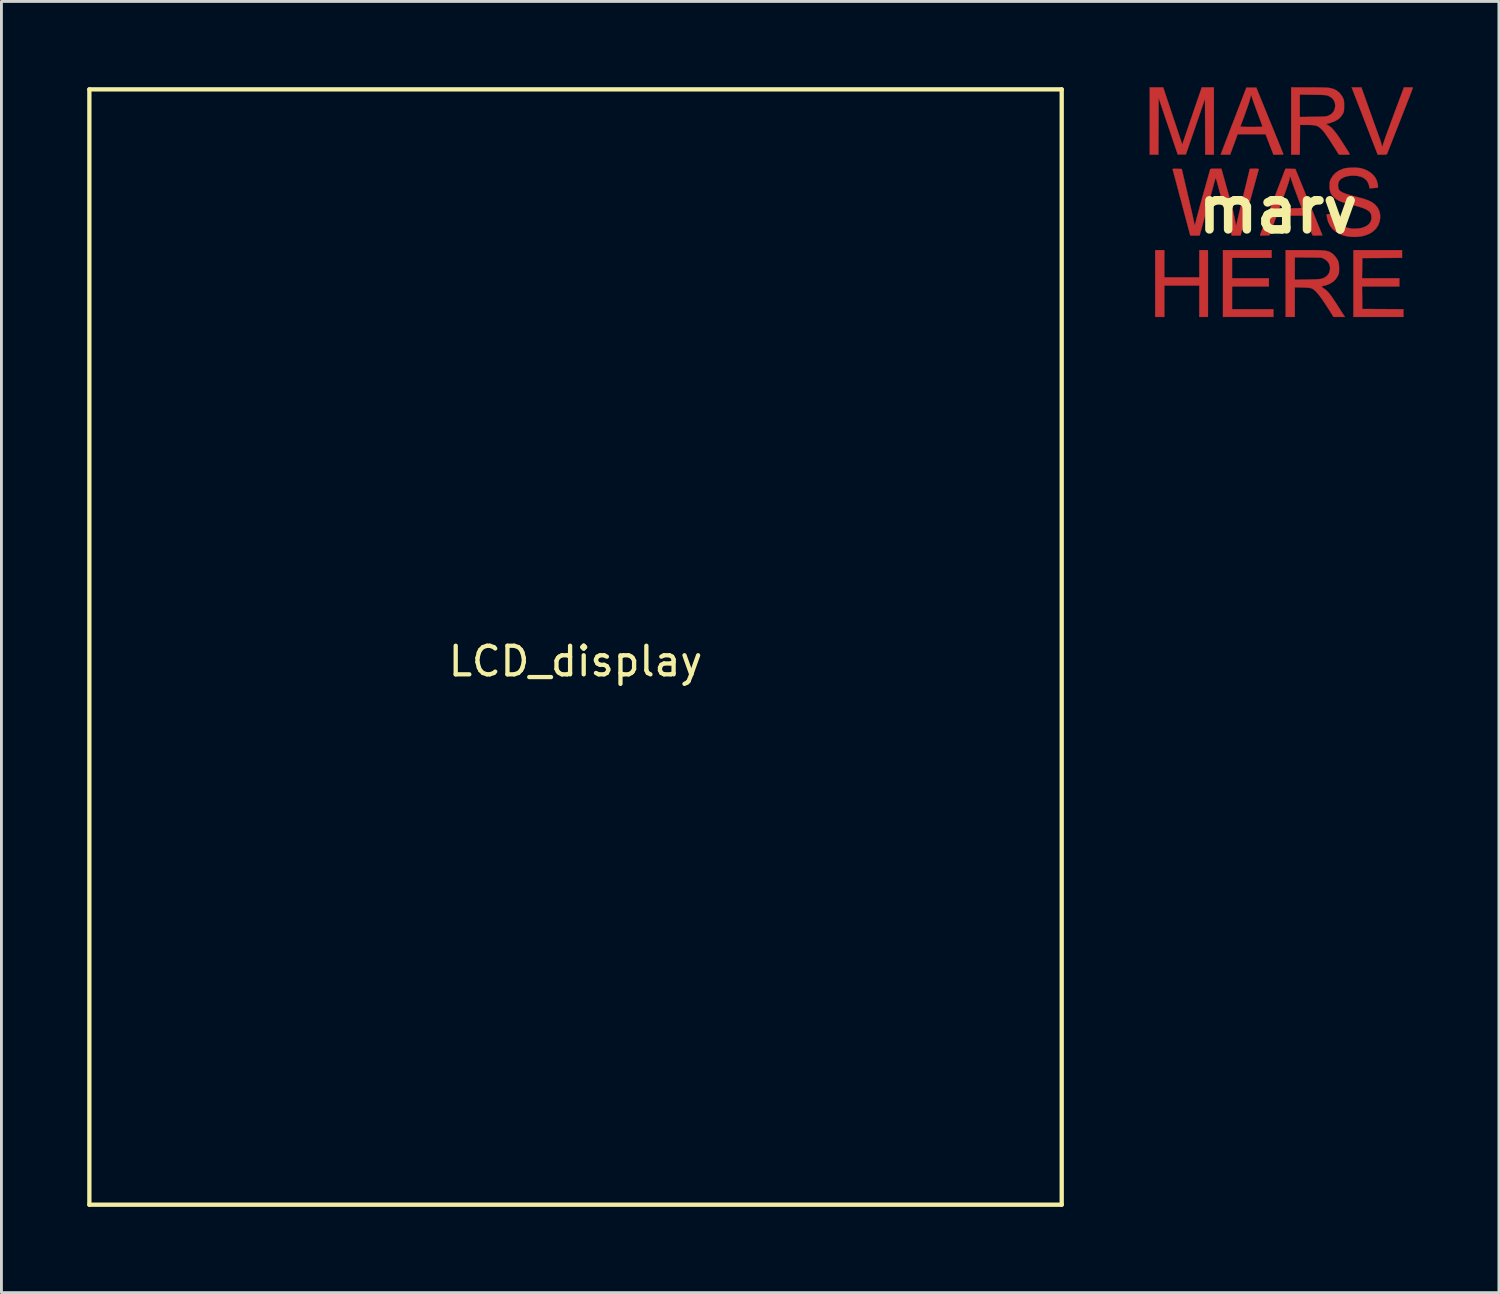
<source format=kicad_pcb>
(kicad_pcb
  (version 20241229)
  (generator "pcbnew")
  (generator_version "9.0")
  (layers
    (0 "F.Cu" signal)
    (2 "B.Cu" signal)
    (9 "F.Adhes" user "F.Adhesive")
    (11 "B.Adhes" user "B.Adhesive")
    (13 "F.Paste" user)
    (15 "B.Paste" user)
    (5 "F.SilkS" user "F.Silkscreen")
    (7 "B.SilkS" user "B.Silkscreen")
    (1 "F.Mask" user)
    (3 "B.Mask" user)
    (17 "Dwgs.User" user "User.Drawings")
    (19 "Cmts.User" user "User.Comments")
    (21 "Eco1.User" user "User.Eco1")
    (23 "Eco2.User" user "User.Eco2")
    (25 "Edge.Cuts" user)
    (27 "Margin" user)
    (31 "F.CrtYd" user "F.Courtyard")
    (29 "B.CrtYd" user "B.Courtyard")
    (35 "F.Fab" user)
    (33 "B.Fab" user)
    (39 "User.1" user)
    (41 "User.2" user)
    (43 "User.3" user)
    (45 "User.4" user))
  (footprint "LCD_display"
    (layer "F.Cu")
    (at 17.075 19.575)
    (property "Reference" "LCD_display" (at 0 0.5 0) (layer "F.SilkS") (effects (font (size 1 1) (thickness 0.15))))
    (attr through_hole)
    (fp_line (start -17 -19.5) (end -17 19.5) (stroke (width 0.15) (type solid)) (layer "F.SilkS"))
    (fp_line (start -17 -19.5) (end 17 -19.5) (stroke (width 0.15) (type solid)) (layer "F.SilkS"))
    (fp_line (start 17 19.5) (end -17 19.5) (stroke (width 0.15) (type solid)) (layer "F.SilkS"))
    (fp_line (start 17 19.5) (end 17 -19.5) (stroke (width 0.15) (type solid)) (layer "F.SilkS")))
  (footprint "marv"
    (layer "F.Cu")
    (at 41.637 4.281)
    (property "Reference" "marv" (at 0 0 0) (layer "F.SilkS") (effects (font (size 1.524 1.524) (thickness 0.3))))
    (attr through_hole)
    (fp_poly (pts (xy -3.974 2.368) (xy -2.75 2.368) (xy -2.75 1.415) (xy -2.448 1.415) (xy -2.448 3.751) (xy -2.75 3.751) (xy -2.75 2.654) (xy -3.974 2.654) (xy -3.974 3.751) (xy -4.292 3.751) (xy -4.292 1.415) (xy -3.974 1.415) (xy -3.974 2.368)) (stroke (width 0.01) (type solid)) (fill yes) (layer "F.Cu"))
    (fp_poly (pts (xy -0.223 1.685) (xy -1.605 1.685) (xy -1.605 2.4) (xy -0.318 2.4) (xy -0.318 2.686) (xy -1.605 2.686) (xy -1.605 3.481) (xy -0.159 3.481) (xy -0.159 3.751) (xy -1.923 3.751) (xy -1.923 1.415) (xy -0.223 1.415) (xy -0.223 1.685)) (stroke (width 0.01) (type solid)) (fill yes) (layer "F.Cu"))
    (fp_poly (pts (xy 4.339 1.685) (xy 3.644 1.689) (xy 2.948 1.693) (xy 2.944 2.046) (xy 2.94 2.4) (xy 4.244 2.4) (xy 4.244 2.686) (xy 2.94 2.686) (xy 2.948 3.473) (xy 4.387 3.481) (xy 4.387 3.751) (xy 2.639 3.751) (xy 2.639 1.415) (xy 4.339 1.415) (xy 4.339 1.685)) (stroke (width 0.01) (type solid)) (fill yes) (layer "F.Cu"))
    (fp_poly (pts (xy -2.241 -1.923) (xy -2.543 -1.923) (xy -2.551 -3.878) (xy -2.886 -2.905) (xy -3.221 -1.931) (xy -3.505 -1.931) (xy -3.839 -2.92) (xy -4.172 -3.908) (xy -4.181 -1.923) (xy -4.482 -1.923) (xy -4.482 -4.276) (xy -4.248 -4.276) (xy -4.013 -4.276) (xy -3.68 -3.276) (xy -3.346 -2.277) (xy -3.162 -2.819) (xy -3.11 -2.972) (xy -3.053 -3.139) (xy -2.994 -3.312) (xy -2.936 -3.482) (xy -2.881 -3.642) (xy -2.833 -3.783) (xy -2.821 -3.819) (xy -2.663 -4.276) (xy -2.241 -4.276) (xy -2.241 -1.923)) (stroke (width 0.01) (type solid)) (fill yes) (layer "F.Cu"))
    (fp_poly (pts (xy 4.63 -4.275) (xy 4.682 -4.273) (xy 4.714 -4.271) (xy 4.721 -4.269) (xy 4.715 -4.253) (xy 4.699 -4.211) (xy 4.673 -4.144) (xy 4.639 -4.056) (xy 4.598 -3.949) (xy 4.55 -3.827) (xy 4.497 -3.691) (xy 4.44 -3.545) (xy 4.38 -3.391) (xy 4.318 -3.233) (xy 4.255 -3.072) (xy 4.192 -2.912) (xy 4.131 -2.756) (xy 4.072 -2.606) (xy 4.016 -2.464) (xy 3.965 -2.334) (xy 3.92 -2.219) (xy 3.881 -2.12) (xy 3.85 -2.042) (xy 3.827 -1.986) (xy 3.815 -1.956) (xy 3.813 -1.951) (xy 3.801 -1.938) (xy 3.779 -1.93) (xy 3.741 -1.925) (xy 3.68 -1.923) (xy 3.643 -1.923) (xy 3.488 -1.923) (xy 3.052 -3.048) (xy 2.982 -3.229) (xy 2.915 -3.403) (xy 2.852 -3.566) (xy 2.793 -3.717) (xy 2.74 -3.853) (xy 2.694 -3.971) (xy 2.656 -4.07) (xy 2.626 -4.147) (xy 2.606 -4.199) (xy 2.596 -4.223) (xy 2.596 -4.224) (xy 2.575 -4.276) (xy 2.746 -4.276) (xy 2.917 -4.276) (xy 3.202 -3.477) (xy 3.258 -3.32) (xy 3.312 -3.168) (xy 3.363 -3.025) (xy 3.411 -2.893) (xy 3.453 -2.776) (xy 3.488 -2.679) (xy 3.516 -2.603) (xy 3.535 -2.552) (xy 3.538 -2.542) (xy 3.566 -2.465) (xy 3.593 -2.382) (xy 3.615 -2.31) (xy 3.618 -2.298) (xy 3.645 -2.189) (xy 3.703 -2.37) (xy 3.72 -2.419) (xy 3.746 -2.494) (xy 3.781 -2.592) (xy 3.824 -2.71) (xy 3.873 -2.844) (xy 3.927 -2.991) (xy 3.985 -3.147) (xy 4.045 -3.309) (xy 4.084 -3.413) (xy 4.406 -4.276) (xy 4.564 -4.276) (xy 4.63 -4.275)) (stroke (width 0.01) (type solid)) (fill yes) (layer "F.Cu"))
    (fp_poly (pts (xy 0.436 -1.427) (xy 0.609 -1.423) (xy 1.555 0.898) (xy 1.395 0.903) (xy 1.325 0.904) (xy 1.267 0.904) (xy 1.228 0.902) (xy 1.216 0.9) (xy 1.206 0.884) (xy 1.186 0.843) (xy 1.159 0.78) (xy 1.125 0.7) (xy 1.088 0.607) (xy 1.066 0.55) (xy 0.933 0.207) (xy -0.045 0.207) (xy -0.07 0.274) (xy -0.084 0.311) (xy -0.106 0.371) (xy -0.135 0.449) (xy -0.167 0.538) (xy -0.197 0.62) (xy -0.298 0.898) (xy -0.467 0.903) (xy -0.541 0.904) (xy -0.589 0.904) (xy -0.616 0.901) (xy -0.626 0.894) (xy -0.625 0.882) (xy -0.624 0.877) (xy -0.616 0.858) (xy -0.598 0.811) (xy -0.571 0.74) (xy -0.535 0.645) (xy -0.491 0.531) (xy -0.44 0.398) (xy -0.383 0.25) (xy -0.321 0.089) (xy -0.266 -0.053) (xy 0.048 -0.053) (xy 0.063 -0.052) (xy 0.106 -0.05) (xy 0.171 -0.049) (xy 0.256 -0.048) (xy 0.355 -0.048) (xy 0.437 -0.048) (xy 0.545 -0.048) (xy 0.641 -0.05) (xy 0.721 -0.052) (xy 0.782 -0.055) (xy 0.818 -0.058) (xy 0.827 -0.061) (xy 0.821 -0.079) (xy 0.806 -0.123) (xy 0.782 -0.188) (xy 0.751 -0.272) (xy 0.714 -0.371) (xy 0.673 -0.48) (xy 0.66 -0.515) (xy 0.616 -0.633) (xy 0.574 -0.745) (xy 0.537 -0.849) (xy 0.505 -0.938) (xy 0.481 -1.007) (xy 0.467 -1.053) (xy 0.466 -1.058) (xy 0.448 -1.115) (xy 0.432 -1.151) (xy 0.42 -1.161) (xy 0.414 -1.145) (xy 0.413 -1.131) (xy 0.407 -1.091) (xy 0.391 -1.024) (xy 0.364 -0.934) (xy 0.328 -0.825) (xy 0.285 -0.698) (xy 0.235 -0.557) (xy 0.185 -0.423) (xy 0.147 -0.322) (xy 0.113 -0.231) (xy 0.085 -0.155) (xy 0.063 -0.097) (xy 0.051 -0.062) (xy 0.048 -0.053) (xy -0.266 -0.053) (xy -0.255 -0.083) (xy -0.185 -0.264) (xy -0.175 -0.292) (xy 0.262 -1.431) (xy 0.436 -1.427)) (stroke (width 0.01) (type solid)) (fill yes) (layer "F.Cu"))
    (fp_poly (pts (xy 0.918 1.415) (xy 1.1 1.415) (xy 1.254 1.416) (xy 1.382 1.419) (xy 1.488 1.422) (xy 1.574 1.427) (xy 1.644 1.434) (xy 1.702 1.444) (xy 1.749 1.455) (xy 1.79 1.47) (xy 1.827 1.487) (xy 1.852 1.501) (xy 1.931 1.561) (xy 2.006 1.64) (xy 2.068 1.729) (xy 2.1 1.793) (xy 2.118 1.846) (xy 2.129 1.9) (xy 2.135 1.966) (xy 2.137 2.05) (xy 2.137 2.129) (xy 2.133 2.186) (xy 2.125 2.23) (xy 2.111 2.272) (xy 2.092 2.317) (xy 2.026 2.422) (xy 1.935 2.513) (xy 1.823 2.586) (xy 1.693 2.639) (xy 1.637 2.654) (xy 1.585 2.667) (xy 1.543 2.677) (xy 1.527 2.681) (xy 1.525 2.692) (xy 1.549 2.716) (xy 1.583 2.741) (xy 1.638 2.78) (xy 1.689 2.821) (xy 1.737 2.867) (xy 1.786 2.922) (xy 1.839 2.988) (xy 1.898 3.07) (xy 1.966 3.171) (xy 2.047 3.294) (xy 2.09 3.362) (xy 2.149 3.453) (xy 2.203 3.538) (xy 2.25 3.611) (xy 2.286 3.668) (xy 2.31 3.705) (xy 2.317 3.715) (xy 2.34 3.751) (xy 1.943 3.751) (xy 1.851 3.604) (xy 1.737 3.425) (xy 1.638 3.272) (xy 1.55 3.143) (xy 1.472 3.036) (xy 1.404 2.948) (xy 1.343 2.879) (xy 1.288 2.825) (xy 1.238 2.786) (xy 1.189 2.758) (xy 1.181 2.754) (xy 1.146 2.743) (xy 1.098 2.735) (xy 1.03 2.729) (xy 0.939 2.724) (xy 0.854 2.721) (xy 0.588 2.714) (xy 0.588 3.751) (xy 0.27 3.751) (xy 0.27 2.452) (xy 0.588 2.452) (xy 1.029 2.444) (xy 1.169 2.441) (xy 1.281 2.438) (xy 1.37 2.434) (xy 1.438 2.429) (xy 1.49 2.423) (xy 1.529 2.416) (xy 1.554 2.409) (xy 1.651 2.364) (xy 1.727 2.301) (xy 1.781 2.223) (xy 1.813 2.137) (xy 1.823 2.046) (xy 1.811 1.955) (xy 1.775 1.869) (xy 1.716 1.793) (xy 1.633 1.732) (xy 1.608 1.719) (xy 1.518 1.677) (xy 1.053 1.672) (xy 0.588 1.667) (xy 0.588 2.452) (xy 0.27 2.452) (xy 0.27 1.415) (xy 0.918 1.415)) (stroke (width 0.01) (type solid)) (fill yes) (layer "F.Cu"))
    (fp_poly (pts (xy -0.292 -3.123) (xy -0.218 -2.942) (xy -0.147 -2.769) (xy -0.081 -2.606) (xy -0.02 -2.456) (xy 0.035 -2.321) (xy 0.083 -2.203) (xy 0.122 -2.105) (xy 0.153 -2.029) (xy 0.174 -1.978) (xy 0.183 -1.953) (xy 0.184 -1.951) (xy 0.185 -1.939) (xy 0.176 -1.931) (xy 0.152 -1.926) (xy 0.108 -1.924) (xy 0.038 -1.923) (xy 0.018 -1.923) (xy -0.157 -1.923) (xy -0.238 -2.131) (xy -0.274 -2.224) (xy -0.312 -2.322) (xy -0.348 -2.415) (xy -0.376 -2.489) (xy -0.433 -2.639) (xy -1.411 -2.639) (xy -1.485 -2.436) (xy -1.519 -2.342) (xy -1.556 -2.242) (xy -1.59 -2.148) (xy -1.616 -2.078) (xy -1.672 -1.923) (xy -1.838 -1.923) (xy -1.906 -1.924) (xy -1.96 -1.925) (xy -1.994 -1.926) (xy -2.002 -1.927) (xy -1.997 -1.942) (xy -1.981 -1.985) (xy -1.955 -2.053) (xy -1.92 -2.143) (xy -1.878 -2.254) (xy -1.828 -2.384) (xy -1.772 -2.53) (xy -1.711 -2.69) (xy -1.645 -2.862) (xy -1.625 -2.912) (xy -1.313 -2.912) (xy -1.308 -2.905) (xy -1.293 -2.901) (xy -1.263 -2.897) (xy -1.217 -2.895) (xy -1.149 -2.894) (xy -1.057 -2.893) (xy -0.937 -2.893) (xy -0.93 -2.893) (xy -0.808 -2.893) (xy -0.714 -2.894) (xy -0.645 -2.895) (xy -0.597 -2.897) (xy -0.567 -2.9) (xy -0.55 -2.905) (xy -0.544 -2.912) (xy -0.544 -2.921) (xy -0.544 -2.921) (xy -0.552 -2.942) (xy -0.569 -2.989) (xy -0.594 -3.059) (xy -0.626 -3.146) (xy -0.664 -3.247) (xy -0.706 -3.358) (xy -0.719 -3.394) (xy -0.763 -3.51) (xy -0.803 -3.621) (xy -0.839 -3.722) (xy -0.87 -3.808) (xy -0.892 -3.874) (xy -0.906 -3.916) (xy -0.907 -3.922) (xy -0.92 -3.968) (xy -0.932 -3.999) (xy -0.937 -4.006) (xy -0.944 -3.991) (xy -0.956 -3.953) (xy -0.97 -3.898) (xy -0.975 -3.874) (xy -0.987 -3.829) (xy -1.009 -3.76) (xy -1.039 -3.67) (xy -1.075 -3.565) (xy -1.115 -3.45) (xy -1.158 -3.33) (xy -1.202 -3.209) (xy -1.245 -3.093) (xy -1.286 -2.986) (xy -1.312 -2.921) (xy -1.313 -2.912) (xy -1.625 -2.912) (xy -1.575 -3.042) (xy -1.553 -3.099) (xy -1.104 -4.268) (xy -0.758 -4.268) (xy -0.292 -3.123)) (stroke (width 0.01) (type solid)) (fill yes) (layer "F.Cu"))
    (fp_poly (pts (xy 1.069 -4.275) (xy 1.21 -4.275) (xy 1.345 -4.274) (xy 1.471 -4.272) (xy 1.582 -4.269) (xy 1.674 -4.266) (xy 1.744 -4.263) (xy 1.786 -4.259) (xy 1.787 -4.259) (xy 1.929 -4.225) (xy 2.053 -4.165) (xy 2.156 -4.081) (xy 2.238 -3.974) (xy 2.27 -3.914) (xy 2.289 -3.871) (xy 2.301 -3.833) (xy 2.308 -3.791) (xy 2.312 -3.736) (xy 2.313 -3.66) (xy 2.313 -3.632) (xy 2.312 -3.548) (xy 2.309 -3.487) (xy 2.303 -3.442) (xy 2.293 -3.406) (xy 2.277 -3.369) (xy 2.274 -3.362) (xy 2.207 -3.257) (xy 2.116 -3.17) (xy 2.001 -3.099) (xy 1.859 -3.043) (xy 1.806 -3.027) (xy 1.68 -2.994) (xy 1.756 -2.949) (xy 1.814 -2.911) (xy 1.872 -2.861) (xy 1.934 -2.798) (xy 2 -2.718) (xy 2.074 -2.619) (xy 2.158 -2.498) (xy 2.254 -2.351) (xy 2.26 -2.342) (xy 2.322 -2.245) (xy 2.379 -2.155) (xy 2.428 -2.078) (xy 2.467 -2.015) (xy 2.493 -1.972) (xy 2.504 -1.951) (xy 2.504 -1.951) (xy 2.506 -1.939) (xy 2.499 -1.931) (xy 2.476 -1.927) (xy 2.434 -1.924) (xy 2.368 -1.923) (xy 2.324 -1.923) (xy 2.133 -1.923) (xy 1.913 -2.269) (xy 1.823 -2.409) (xy 1.747 -2.524) (xy 1.682 -2.618) (xy 1.627 -2.694) (xy 1.578 -2.755) (xy 1.533 -2.804) (xy 1.49 -2.844) (xy 1.466 -2.864) (xy 1.417 -2.899) (xy 1.367 -2.925) (xy 1.309 -2.943) (xy 1.238 -2.954) (xy 1.148 -2.961) (xy 1.033 -2.963) (xy 1.01 -2.963) (xy 0.771 -2.964) (xy 0.767 -2.444) (xy 0.763 -1.923) (xy 0.461 -1.923) (xy 0.461 -3.24) (xy 0.763 -3.24) (xy 1.22 -3.246) (xy 1.354 -3.248) (xy 1.46 -3.25) (xy 1.543 -3.252) (xy 1.606 -3.255) (xy 1.654 -3.26) (xy 1.691 -3.265) (xy 1.722 -3.272) (xy 1.75 -3.281) (xy 1.768 -3.288) (xy 1.863 -3.341) (xy 1.935 -3.415) (xy 1.982 -3.507) (xy 2.002 -3.616) (xy 2.003 -3.646) (xy 1.988 -3.748) (xy 1.945 -3.838) (xy 1.876 -3.913) (xy 1.784 -3.969) (xy 1.767 -3.976) (xy 1.739 -3.987) (xy 1.711 -3.995) (xy 1.679 -4.002) (xy 1.639 -4.006) (xy 1.586 -4.01) (xy 1.516 -4.013) (xy 1.426 -4.015) (xy 1.311 -4.017) (xy 1.22 -4.018) (xy 0.763 -4.024) (xy 0.763 -3.24) (xy 0.461 -3.24) (xy 0.461 -4.276) (xy 1.069 -4.275)) (stroke (width 0.01) (type solid)) (fill yes) (layer "F.Cu"))
    (fp_poly (pts (xy 2.713 -1.467) (xy 2.815 -1.46) (xy 2.898 -1.449) (xy 2.901 -1.448) (xy 3.028 -1.41) (xy 3.15 -1.352) (xy 3.258 -1.279) (xy 3.348 -1.195) (xy 3.413 -1.105) (xy 3.418 -1.095) (xy 3.453 -1.015) (xy 3.479 -0.928) (xy 3.495 -0.848) (xy 3.497 -0.815) (xy 3.493 -0.779) (xy 3.478 -0.765) (xy 3.453 -0.763) (xy 3.415 -0.761) (xy 3.358 -0.757) (xy 3.302 -0.753) (xy 3.245 -0.748) (xy 3.213 -0.748) (xy 3.199 -0.755) (xy 3.195 -0.771) (xy 3.195 -0.782) (xy 3.184 -0.849) (xy 3.156 -0.925) (xy 3.116 -0.997) (xy 3.092 -1.029) (xy 3.013 -1.098) (xy 2.911 -1.148) (xy 2.787 -1.179) (xy 2.678 -1.189) (xy 2.531 -1.186) (xy 2.401 -1.165) (xy 2.291 -1.127) (xy 2.202 -1.073) (xy 2.139 -1.003) (xy 2.133 -0.993) (xy 2.109 -0.927) (xy 2.1 -0.849) (xy 2.107 -0.77) (xy 2.129 -0.704) (xy 2.139 -0.688) (xy 2.174 -0.652) (xy 2.226 -0.617) (xy 2.299 -0.583) (xy 2.395 -0.547) (xy 2.516 -0.509) (xy 2.665 -0.469) (xy 2.726 -0.453) (xy 2.887 -0.411) (xy 3.021 -0.372) (xy 3.131 -0.333) (xy 3.222 -0.294) (xy 3.297 -0.252) (xy 3.361 -0.206) (xy 3.408 -0.164) (xy 3.49 -0.062) (xy 3.545 0.054) (xy 3.572 0.182) (xy 3.571 0.318) (xy 3.554 0.413) (xy 3.505 0.544) (xy 3.43 0.659) (xy 3.331 0.757) (xy 3.21 0.836) (xy 3.068 0.895) (xy 2.909 0.935) (xy 2.733 0.953) (xy 2.543 0.948) (xy 2.48 0.942) (xy 2.311 0.91) (xy 2.158 0.853) (xy 2.024 0.775) (xy 1.911 0.677) (xy 1.821 0.56) (xy 1.755 0.428) (xy 1.717 0.284) (xy 1.709 0.23) (xy 1.703 0.19) (xy 1.701 0.172) (xy 1.715 0.165) (xy 1.753 0.158) (xy 1.807 0.152) (xy 1.808 0.152) (xy 1.87 0.146) (xy 1.925 0.14) (xy 1.957 0.135) (xy 1.983 0.134) (xy 1.997 0.146) (xy 2.005 0.179) (xy 2.008 0.2) (xy 2.04 0.319) (xy 2.098 0.422) (xy 2.18 0.51) (xy 2.286 0.579) (xy 2.411 0.629) (xy 2.556 0.659) (xy 2.694 0.667) (xy 2.84 0.657) (xy 2.968 0.629) (xy 3.076 0.583) (xy 3.163 0.522) (xy 3.226 0.447) (xy 3.263 0.36) (xy 3.273 0.263) (xy 3.258 0.173) (xy 3.235 0.118) (xy 3.196 0.068) (xy 3.139 0.023) (xy 3.061 -0.02) (xy 2.961 -0.061) (xy 2.834 -0.102) (xy 2.679 -0.144) (xy 2.614 -0.16) (xy 2.456 -0.2) (xy 2.325 -0.238) (xy 2.217 -0.275) (xy 2.128 -0.315) (xy 2.053 -0.358) (xy 1.988 -0.407) (xy 1.936 -0.456) (xy 1.875 -0.53) (xy 1.834 -0.61) (xy 1.812 -0.702) (xy 1.804 -0.815) (xy 1.804 -0.827) (xy 1.806 -0.904) (xy 1.811 -0.961) (xy 1.822 -1.007) (xy 1.841 -1.055) (xy 1.847 -1.068) (xy 1.919 -1.186) (xy 2.016 -1.286) (xy 2.136 -1.368) (xy 2.276 -1.427) (xy 2.322 -1.441) (xy 2.398 -1.455) (xy 2.495 -1.464) (xy 2.603 -1.468) (xy 2.713 -1.467)) (stroke (width 0.01) (type solid)) (fill yes) (layer "F.Cu"))
    (fp_poly (pts (xy -1.784 -0.735) (xy -1.726 -0.528) (xy -1.677 -0.349) (xy -1.635 -0.194) (xy -1.6 -0.061) (xy -1.571 0.054) (xy -1.547 0.154) (xy -1.527 0.241) (xy -1.511 0.319) (xy -1.498 0.391) (xy -1.492 0.434) (xy -1.482 0.489) (xy -1.472 0.529) (xy -1.464 0.545) (xy -1.462 0.545) (xy -1.454 0.524) (xy -1.443 0.481) (xy -1.429 0.422) (xy -1.424 0.397) (xy -1.415 0.356) (xy -1.399 0.287) (xy -1.377 0.194) (xy -1.35 0.081) (xy -1.319 -0.049) (xy -1.284 -0.194) (xy -1.247 -0.348) (xy -1.208 -0.509) (xy -1.191 -0.578) (xy -1.152 -0.736) (xy -1.116 -0.884) (xy -1.083 -1.021) (xy -1.053 -1.142) (xy -1.028 -1.245) (xy -1.008 -1.327) (xy -0.994 -1.386) (xy -0.987 -1.419) (xy -0.985 -1.424) (xy -0.971 -1.427) (xy -0.931 -1.429) (xy -0.873 -1.43) (xy -0.825 -1.431) (xy -0.749 -1.43) (xy -0.7 -1.426) (xy -0.676 -1.42) (xy -0.671 -1.411) (xy -0.676 -1.392) (xy -0.689 -1.346) (xy -0.71 -1.274) (xy -0.736 -1.178) (xy -0.768 -1.062) (xy -0.806 -0.927) (xy -0.847 -0.775) (xy -0.893 -0.611) (xy -0.941 -0.434) (xy -0.992 -0.25) (xy -0.994 -0.242) (xy -1.31 0.906) (xy -1.617 0.906) (xy -1.633 0.846) (xy -1.641 0.816) (xy -1.657 0.759) (xy -1.678 0.679) (xy -1.706 0.58) (xy -1.737 0.464) (xy -1.773 0.335) (xy -1.811 0.195) (xy -1.852 0.049) (xy -1.893 -0.102) (xy -1.935 -0.253) (xy -1.976 -0.401) (xy -2.015 -0.544) (xy -2.052 -0.677) (xy -2.086 -0.799) (xy -2.115 -0.905) (xy -2.139 -0.993) (xy -2.158 -1.059) (xy -2.169 -1.1) (xy -2.173 -1.113) (xy -2.18 -1.107) (xy -2.192 -1.076) (xy -2.208 -1.023) (xy -2.227 -0.955) (xy -2.231 -0.938) (xy -2.245 -0.884) (xy -2.267 -0.803) (xy -2.295 -0.698) (xy -2.329 -0.575) (xy -2.367 -0.436) (xy -2.409 -0.285) (xy -2.453 -0.127) (xy -2.498 0.036) (xy -2.512 0.083) (xy -2.742 0.906) (xy -2.905 0.906) (xy -2.972 0.905) (xy -3.026 0.904) (xy -3.06 0.902) (xy -3.068 0.9) (xy -3.072 0.884) (xy -3.083 0.84) (xy -3.101 0.772) (xy -3.125 0.681) (xy -3.154 0.571) (xy -3.188 0.446) (xy -3.225 0.307) (xy -3.264 0.157) (xy -3.306 0.000256) (xy -3.349 -0.161) (xy -3.392 -0.324) (xy -3.436 -0.486) (xy -3.478 -0.643) (xy -3.518 -0.794) (xy -3.555 -0.934) (xy -3.589 -1.062) (xy -3.619 -1.173) (xy -3.644 -1.266) (xy -3.663 -1.338) (xy -3.676 -1.384) (xy -3.681 -1.403) (xy -3.683 -1.416) (xy -3.675 -1.424) (xy -3.651 -1.428) (xy -3.607 -1.429) (xy -3.537 -1.427) (xy -3.527 -1.427) (xy -3.365 -1.423) (xy -3.169 -0.588) (xy -3.131 -0.425) (xy -3.094 -0.268) (xy -3.06 -0.119) (xy -3.028 0.017) (xy -3.001 0.137) (xy -2.978 0.238) (xy -2.961 0.317) (xy -2.95 0.369) (xy -2.947 0.381) (xy -2.935 0.446) (xy -2.923 0.5) (xy -2.915 0.535) (xy -2.914 0.54) (xy -2.907 0.536) (xy -2.896 0.505) (xy -2.881 0.453) (xy -2.866 0.389) (xy -2.853 0.339) (xy -2.834 0.262) (xy -2.807 0.162) (xy -2.775 0.043) (xy -2.738 -0.092) (xy -2.698 -0.239) (xy -2.655 -0.393) (xy -2.61 -0.552) (xy -2.605 -0.569) (xy -2.562 -0.723) (xy -2.521 -0.867) (xy -2.484 -1.001) (xy -2.45 -1.12) (xy -2.422 -1.221) (xy -2.4 -1.302) (xy -2.384 -1.359) (xy -2.375 -1.389) (xy -2.375 -1.392) (xy -2.369 -1.408) (xy -2.36 -1.419) (xy -2.341 -1.426) (xy -2.306 -1.429) (xy -2.251 -1.43) (xy -2.171 -1.431) (xy -1.978 -1.431) (xy -1.784 -0.735)) (stroke (width 0.01) (type solid)) (fill yes) (layer "F.Cu")))
  (gr_rect
    (start -3 -3)
    (end 49.363 42.15)
    (stroke (width 0.1) (type default))
    (fill no)
    (layer "Edge.Cuts")))
</source>
